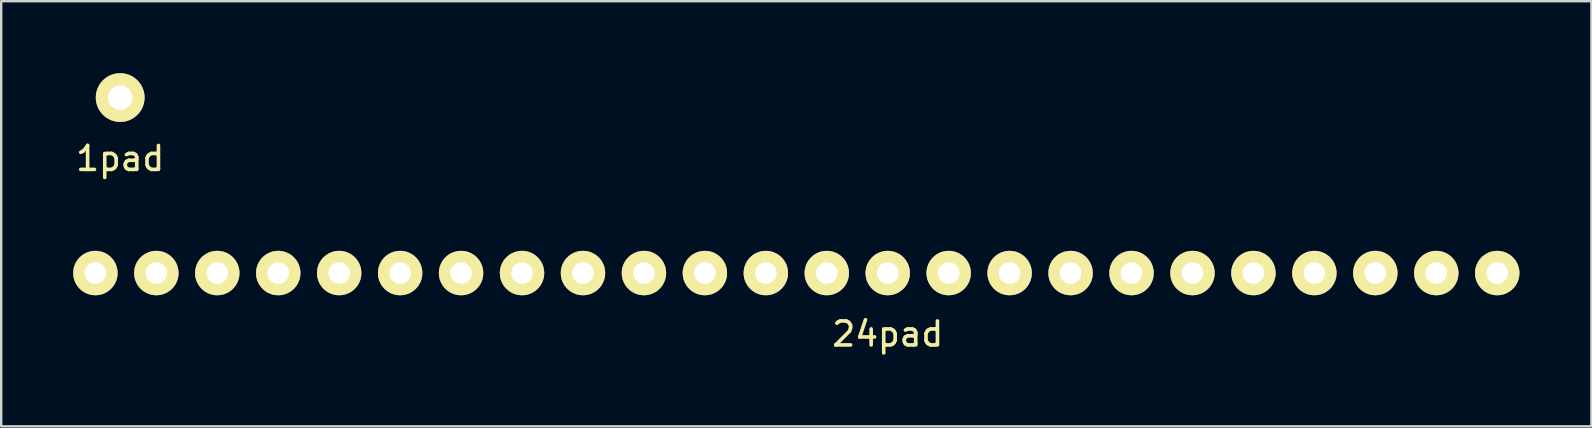
<source format=kicad_pcb>
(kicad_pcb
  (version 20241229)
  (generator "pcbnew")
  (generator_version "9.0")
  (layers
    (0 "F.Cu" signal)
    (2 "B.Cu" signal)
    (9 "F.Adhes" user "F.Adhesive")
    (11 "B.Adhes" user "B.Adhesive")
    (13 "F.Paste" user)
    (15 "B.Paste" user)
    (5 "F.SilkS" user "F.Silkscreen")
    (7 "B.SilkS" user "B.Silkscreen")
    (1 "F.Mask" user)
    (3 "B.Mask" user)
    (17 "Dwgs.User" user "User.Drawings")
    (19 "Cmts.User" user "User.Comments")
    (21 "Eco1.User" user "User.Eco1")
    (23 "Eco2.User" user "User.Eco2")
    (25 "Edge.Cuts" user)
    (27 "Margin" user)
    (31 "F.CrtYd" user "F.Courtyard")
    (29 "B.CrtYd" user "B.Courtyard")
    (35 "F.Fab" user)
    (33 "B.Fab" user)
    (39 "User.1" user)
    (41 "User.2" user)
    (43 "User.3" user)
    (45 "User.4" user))
  (footprint "1pad"
    (layer "F.Cu")
    (at 1.958 1.016)
    (property "Reference" "1pad" (at 0 2.54 0) (layer "F.SilkS") (effects (font (size 1 1) (thickness 0.15))))
    (attr through_hole)
    (pad "1" thru_hole circle (at 0 0) (size 2.032 2.032) (drill 1.016) (layers "*.Cu" "*.Mask" "F.SilkS")))
  (footprint "24pad"
    (layer "F.Cu")
    (at 33.945 8.329)
    (property "Reference" "24pad" (at 0 2.54 0) (layer "F.SilkS") (effects (font (size 1 1) (thickness 0.15))))
    (attr through_hole)
    (pad "1" thru_hole circle (at -33.02 0) (size 1.85 1.85) (drill 0.9) (layers "*.Cu" "*.Mask" "F.SilkS"))
    (pad "2" thru_hole circle (at -30.48 0) (size 1.85 1.85) (drill 0.9) (layers "*.Cu" "*.Mask" "F.SilkS"))
    (pad "3" thru_hole circle (at -27.94 0) (size 1.85 1.85) (drill 0.9) (layers "*.Cu" "*.Mask" "F.SilkS"))
    (pad "4" thru_hole circle (at -25.4 0) (size 1.85 1.85) (drill 0.9) (layers "*.Cu" "*.Mask" "F.SilkS"))
    (pad "5" thru_hole circle (at -22.86 0) (size 1.85 1.85) (drill 0.9) (layers "*.Cu" "*.Mask" "F.SilkS"))
    (pad "6" thru_hole circle (at -20.32 0) (size 1.85 1.85) (drill 0.9) (layers "*.Cu" "*.Mask" "F.SilkS"))
    (pad "7" thru_hole circle (at -17.78 0) (size 1.85 1.85) (drill 0.9) (layers "*.Cu" "*.Mask" "F.SilkS"))
    (pad "8" thru_hole circle (at -15.24 0) (size 1.85 1.85) (drill 0.9) (layers "*.Cu" "*.Mask" "F.SilkS"))
    (pad "9" thru_hole circle (at -12.7 0) (size 1.85 1.85) (drill 0.9) (layers "*.Cu" "*.Mask" "F.SilkS"))
    (pad "10" thru_hole circle (at -10.16 0) (size 1.85 1.85) (drill 0.9) (layers "*.Cu" "*.Mask" "F.SilkS"))
    (pad "11" thru_hole circle (at -7.62 0) (size 1.85 1.85) (drill 0.9) (layers "*.Cu" "*.Mask" "F.SilkS"))
    (pad "12" thru_hole circle (at -5.08 0) (size 1.85 1.85) (drill 0.9) (layers "*.Cu" "*.Mask" "F.SilkS"))
    (pad "13" thru_hole circle (at -2.54 0) (size 1.85 1.85) (drill 0.9) (layers "*.Cu" "*.Mask" "F.SilkS"))
    (pad "14" thru_hole circle (at 0 0) (size 1.85 1.85) (drill 0.9) (layers "*.Cu" "*.Mask" "F.SilkS"))
    (pad "15" thru_hole circle (at 2.54 0) (size 1.85 1.85) (drill 0.9) (layers "*.Cu" "*.Mask" "F.SilkS"))
    (pad "16" thru_hole circle (at 5.08 0) (size 1.85 1.85) (drill 0.9) (layers "*.Cu" "*.Mask" "F.SilkS"))
    (pad "17" thru_hole circle (at 7.62 0) (size 1.85 1.85) (drill 0.9) (layers "*.Cu" "*.Mask" "F.SilkS"))
    (pad "18" thru_hole circle (at 10.16 0) (size 1.85 1.85) (drill 0.9) (layers "*.Cu" "*.Mask" "F.SilkS"))
    (pad "19" thru_hole circle (at 12.7 0) (size 1.85 1.85) (drill 0.9) (layers "*.Cu" "*.Mask" "F.SilkS"))
    (pad "20" thru_hole circle (at 15.24 0) (size 1.85 1.85) (drill 0.9) (layers "*.Cu" "*.Mask" "F.SilkS"))
    (pad "21" thru_hole circle (at 17.78 0) (size 1.85 1.85) (drill 0.9) (layers "*.Cu" "*.Mask" "F.SilkS"))
    (pad "22" thru_hole circle (at 20.32 0) (size 1.85 1.85) (drill 0.9) (layers "*.Cu" "*.Mask" "F.SilkS"))
    (pad "23" thru_hole circle (at 22.86 0) (size 1.85 1.85) (drill 0.9) (layers "*.Cu" "*.Mask" "F.SilkS"))
    (pad "24" thru_hole circle (at 25.4 0) (size 1.85 1.85) (drill 0.9) (layers "*.Cu" "*.Mask" "F.SilkS")))
  (gr_rect
    (start -3 -3)
    (end 63.27 14.717)
    (stroke (width 0.1) (type default))
    (fill no)
    (layer "Edge.Cuts")))
</source>
